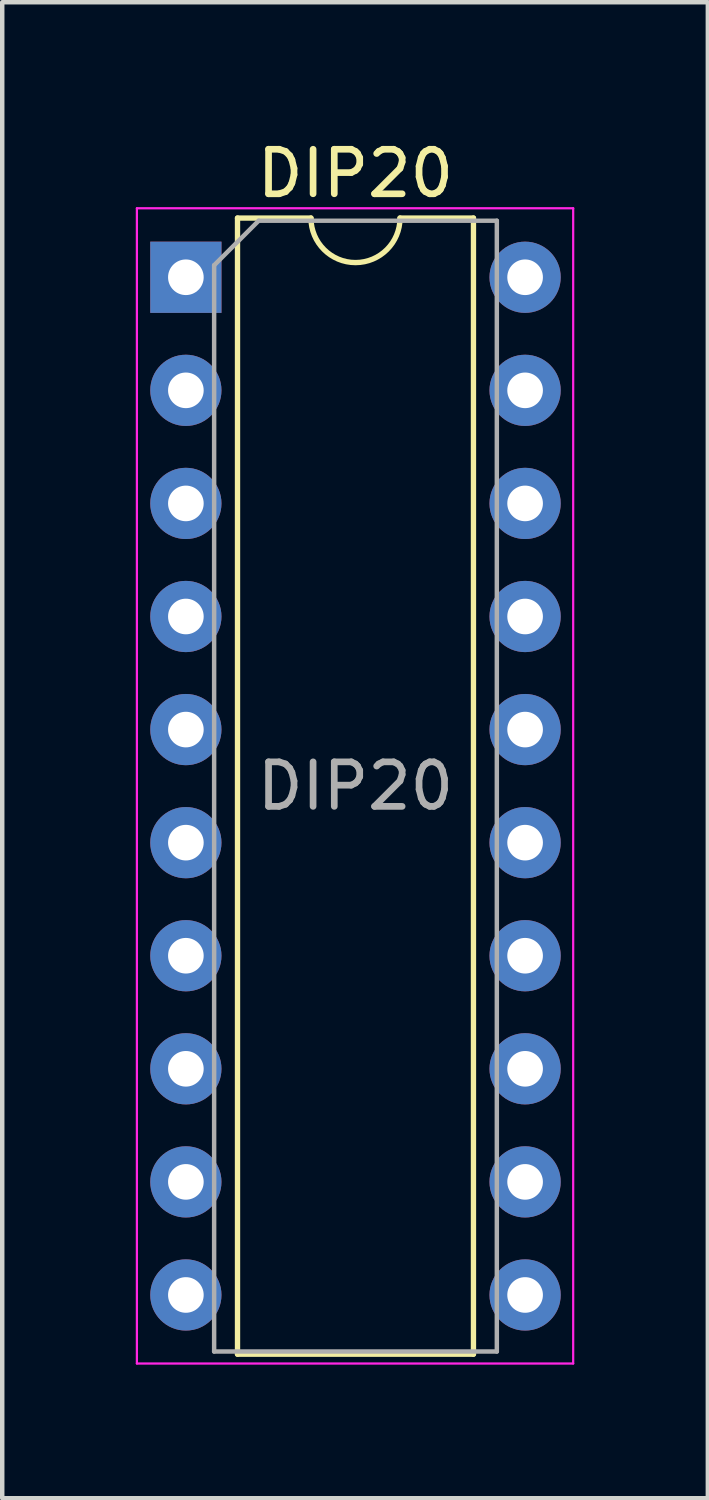
<source format=kicad_pcb>
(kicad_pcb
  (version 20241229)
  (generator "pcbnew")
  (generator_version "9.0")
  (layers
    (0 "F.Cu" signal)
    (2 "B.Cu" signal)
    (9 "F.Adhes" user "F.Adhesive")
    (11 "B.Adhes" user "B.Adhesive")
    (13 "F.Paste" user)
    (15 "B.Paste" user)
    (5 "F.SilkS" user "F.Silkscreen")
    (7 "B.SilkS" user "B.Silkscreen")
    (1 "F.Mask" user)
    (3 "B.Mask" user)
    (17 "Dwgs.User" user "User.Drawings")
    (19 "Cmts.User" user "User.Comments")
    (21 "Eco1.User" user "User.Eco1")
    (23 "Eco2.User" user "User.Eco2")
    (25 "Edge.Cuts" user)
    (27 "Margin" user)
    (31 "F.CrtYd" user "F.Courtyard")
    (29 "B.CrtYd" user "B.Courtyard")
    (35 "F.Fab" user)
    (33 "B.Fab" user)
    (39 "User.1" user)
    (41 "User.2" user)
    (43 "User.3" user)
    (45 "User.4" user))
  (footprint "DIP20"
    (layer "F.Cu")
    (at 1.125 3.178)
    (property "Reference" "DIP20" (at 3.81 -2.33 0) (layer "F.SilkS") (effects (font (size 1 1) (thickness 0.15))))
    (attr through_hole)
    (fp_line (start 1.16 -1.33) (end 1.16 24.19) (stroke (width 0.12) (type solid)) (layer "F.SilkS"))
    (fp_line (start 1.16 24.19) (end 6.46 24.19) (stroke (width 0.12) (type solid)) (layer "F.SilkS"))
    (fp_line (start 2.81 -1.33) (end 1.16 -1.33) (stroke (width 0.12) (type solid)) (layer "F.SilkS"))
    (fp_line (start 6.46 -1.33) (end 4.81 -1.33) (stroke (width 0.12) (type solid)) (layer "F.SilkS"))
    (fp_line (start 6.46 24.19) (end 6.46 -1.33) (stroke (width 0.12) (type solid)) (layer "F.SilkS"))
    (fp_arc (start 4.81 -1.33) (mid 3.81 -0.33) (end 2.81 -1.33) (stroke (width 0.12) (type solid)) (layer "F.SilkS"))
    (fp_line (start -1.1 -1.55) (end -1.1 24.4) (stroke (width 0.05) (type solid)) (layer "F.CrtYd"))
    (fp_line (start -1.1 24.4) (end 8.7 24.4) (stroke (width 0.05) (type solid)) (layer "F.CrtYd"))
    (fp_line (start 8.7 -1.55) (end -1.1 -1.55) (stroke (width 0.05) (type solid)) (layer "F.CrtYd"))
    (fp_line (start 8.7 24.4) (end 8.7 -1.55) (stroke (width 0.05) (type solid)) (layer "F.CrtYd"))
    (fp_line (start 0.635 -0.27) (end 1.635 -1.27) (stroke (width 0.1) (type solid)) (layer "F.Fab"))
    (fp_line (start 0.635 24.13) (end 0.635 -0.27) (stroke (width 0.1) (type solid)) (layer "F.Fab"))
    (fp_line (start 1.635 -1.27) (end 6.985 -1.27) (stroke (width 0.1) (type solid)) (layer "F.Fab"))
    (fp_line (start 6.985 -1.27) (end 6.985 24.13) (stroke (width 0.1) (type solid)) (layer "F.Fab"))
    (fp_line (start 6.985 24.13) (end 0.635 24.13) (stroke (width 0.1) (type solid)) (layer "F.Fab"))
    (fp_text user "${REFERENCE}" (at 3.81 11.43 0) (layer "F.Fab") (effects (font (size 1 1) (thickness 0.15))))
    (pad "1" thru_hole rect (at 0 0) (size 1.6 1.6) (drill 0.8) (layers "*.Cu" "*.Mask"))
    (pad "2" thru_hole oval (at 0 2.54) (size 1.6 1.6) (drill 0.8) (layers "*.Cu" "*.Mask"))
    (pad "3" thru_hole oval (at 0 5.08) (size 1.6 1.6) (drill 0.8) (layers "*.Cu" "*.Mask"))
    (pad "4" thru_hole oval (at 0 7.62) (size 1.6 1.6) (drill 0.8) (layers "*.Cu" "*.Mask"))
    (pad "5" thru_hole oval (at 0 10.16) (size 1.6 1.6) (drill 0.8) (layers "*.Cu" "*.Mask"))
    (pad "6" thru_hole oval (at 0 12.7) (size 1.6 1.6) (drill 0.8) (layers "*.Cu" "*.Mask"))
    (pad "7" thru_hole oval (at 0 15.24) (size 1.6 1.6) (drill 0.8) (layers "*.Cu" "*.Mask"))
    (pad "8" thru_hole oval (at 0 17.78) (size 1.6 1.6) (drill 0.8) (layers "*.Cu" "*.Mask"))
    (pad "9" thru_hole oval (at 0 20.32) (size 1.6 1.6) (drill 0.8) (layers "*.Cu" "*.Mask"))
    (pad "10" thru_hole oval (at 0 22.86) (size 1.6 1.6) (drill 0.8) (layers "*.Cu" "*.Mask"))
    (pad "11" thru_hole oval (at 7.62 22.86) (size 1.6 1.6) (drill 0.8) (layers "*.Cu" "*.Mask"))
    (pad "12" thru_hole oval (at 7.62 20.32) (size 1.6 1.6) (drill 0.8) (layers "*.Cu" "*.Mask"))
    (pad "13" thru_hole oval (at 7.62 17.78) (size 1.6 1.6) (drill 0.8) (layers "*.Cu" "*.Mask"))
    (pad "14" thru_hole oval (at 7.62 15.24) (size 1.6 1.6) (drill 0.8) (layers "*.Cu" "*.Mask"))
    (pad "15" thru_hole oval (at 7.62 12.7) (size 1.6 1.6) (drill 0.8) (layers "*.Cu" "*.Mask"))
    (pad "16" thru_hole oval (at 7.62 10.16) (size 1.6 1.6) (drill 0.8) (layers "*.Cu" "*.Mask"))
    (pad "17" thru_hole oval (at 7.62 7.62) (size 1.6 1.6) (drill 0.8) (layers "*.Cu" "*.Mask"))
    (pad "18" thru_hole oval (at 7.62 5.08) (size 1.6 1.6) (drill 0.8) (layers "*.Cu" "*.Mask"))
    (pad "19" thru_hole oval (at 7.62 2.54) (size 1.6 1.6) (drill 0.8) (layers "*.Cu" "*.Mask"))
    (pad "20" thru_hole oval (at 7.62 0) (size 1.6 1.6) (drill 0.8) (layers "*.Cu" "*.Mask")))
  (gr_rect
    (start -3 -3)
    (end 12.85 30.603)
    (stroke (width 0.1) (type default))
    (fill no)
    (layer "Edge.Cuts")))
</source>
